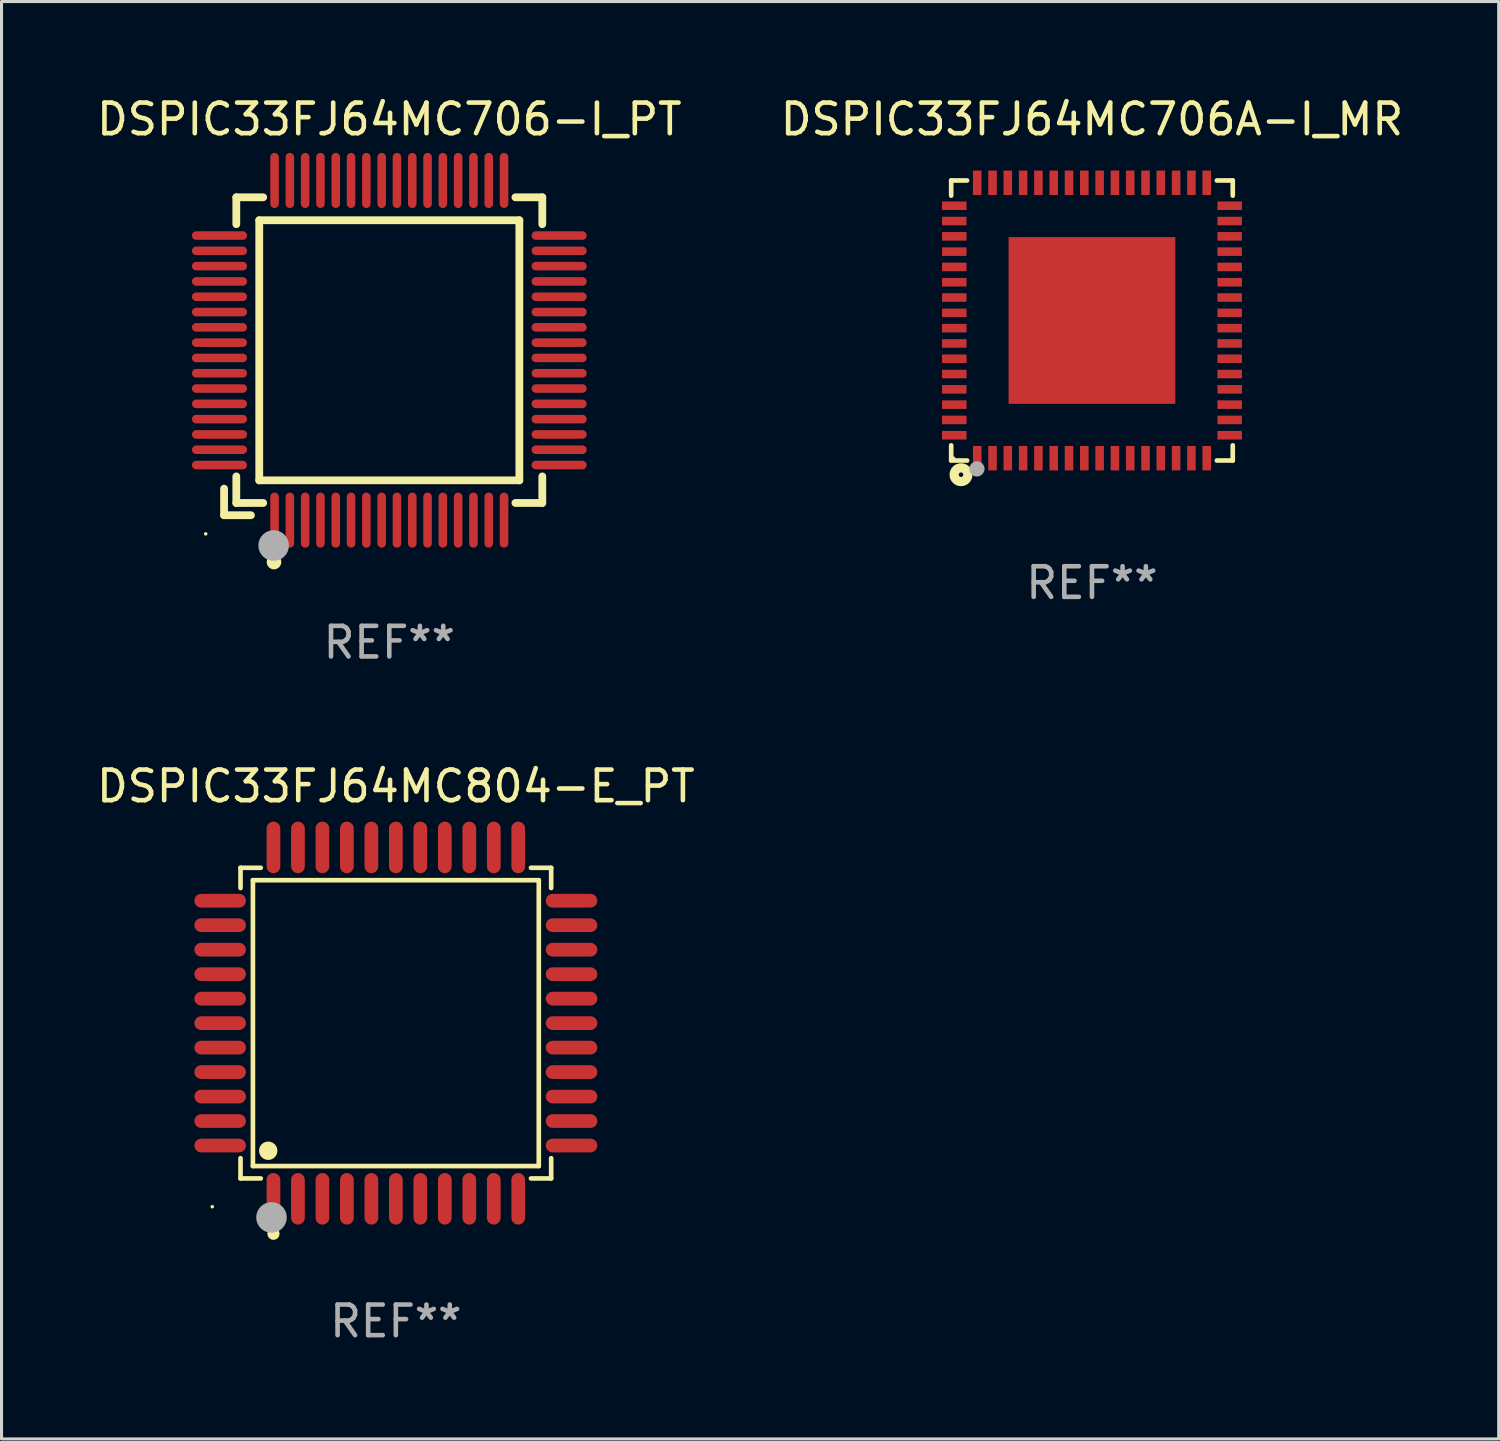
<source format=kicad_pcb>
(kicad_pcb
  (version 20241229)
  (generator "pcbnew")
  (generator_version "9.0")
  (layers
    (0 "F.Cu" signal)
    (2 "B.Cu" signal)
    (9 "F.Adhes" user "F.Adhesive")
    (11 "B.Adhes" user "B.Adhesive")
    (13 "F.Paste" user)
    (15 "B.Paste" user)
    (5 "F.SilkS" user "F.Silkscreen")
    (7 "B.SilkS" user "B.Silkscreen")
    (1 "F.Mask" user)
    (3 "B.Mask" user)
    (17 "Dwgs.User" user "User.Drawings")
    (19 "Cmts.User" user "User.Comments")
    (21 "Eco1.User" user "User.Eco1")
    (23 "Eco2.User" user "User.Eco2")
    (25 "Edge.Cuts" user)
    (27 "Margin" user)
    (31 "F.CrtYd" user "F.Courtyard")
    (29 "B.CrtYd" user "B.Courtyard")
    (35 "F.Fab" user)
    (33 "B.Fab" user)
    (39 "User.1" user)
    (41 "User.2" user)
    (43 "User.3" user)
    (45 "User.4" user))
  (footprint "DSPIC33FJ64MC804-E_PT"
    (layer "F.Cu")
    (at 9.887 30.387)
    (property "Reference" "DSPIC33FJ64MC804-E_PT" (at 0 -7.742 0) (layer "F.SilkS") (effects (font (size 1 1) (thickness 0.15))))
    (attr through_hole)
    (fp_line (start -5.076 -5.076) (end -4.415 -5.076) (stroke (width 0.152) (type solid)) (layer "F.SilkS"))
    (fp_line (start -5.076 -4.415) (end -5.076 -5.076) (stroke (width 0.152) (type solid)) (layer "F.SilkS"))
    (fp_line (start -5.076 4.415) (end -5.076 5.076) (stroke (width 0.152) (type solid)) (layer "F.SilkS"))
    (fp_line (start -5.076 5.076) (end -4.415 5.076) (stroke (width 0.152) (type solid)) (layer "F.SilkS"))
    (fp_line (start -4.671 -4.671) (end 4.671 -4.671) (stroke (width 0.152) (type solid)) (layer "F.SilkS"))
    (fp_line (start -4.671 4.671) (end -4.671 -4.671) (stroke (width 0.152) (type solid)) (layer "F.SilkS"))
    (fp_line (start 4.671 -4.671) (end 4.671 4.671) (stroke (width 0.152) (type solid)) (layer "F.SilkS"))
    (fp_line (start 4.671 4.671) (end -4.671 4.671) (stroke (width 0.152) (type solid)) (layer "F.SilkS"))
    (fp_line (start 5.076 -5.076) (end 4.415 -5.076) (stroke (width 0.152) (type solid)) (layer "F.SilkS"))
    (fp_line (start 5.076 -4.415) (end 5.076 -5.076) (stroke (width 0.152) (type solid)) (layer "F.SilkS"))
    (fp_line (start 5.076 4.415) (end 5.076 5.076) (stroke (width 0.152) (type solid)) (layer "F.SilkS"))
    (fp_line (start 5.076 5.076) (end 4.415 5.076) (stroke (width 0.152) (type solid)) (layer "F.SilkS"))
    (fp_circle (center -6 6) (end -5.97 6) (stroke (width 0.06) (type solid)) (fill no) (layer "F.SilkS"))
    (fp_circle (center -4.171 4.171) (end -4.021 4.171) (stroke (width 0.3) (type solid)) (fill no) (layer "F.SilkS"))
    (fp_circle (center -4 6.884) (end -3.9 6.884) (stroke (width 0.2) (type solid)) (fill no) (layer "F.SilkS"))
    (fp_circle (center -4.064 6.35) (end -3.814 6.35) (stroke (width 0.5) (type solid)) (fill no) (layer "F.Fab"))
    (fp_text user "REF**" (at 0 9.742 0) (layer "F.Fab") (effects (font (size 1 1) (thickness 0.15))))
    (pad "1" smd oval (at -4 5.742) (size 0.448 1.684) (layers "F.Cu" "F.Mask" "F.Paste"))
    (pad "2" smd oval (at -3.2 5.742) (size 0.448 1.684) (layers "F.Cu" "F.Mask" "F.Paste"))
    (pad "3" smd oval (at -2.4 5.742) (size 0.448 1.684) (layers "F.Cu" "F.Mask" "F.Paste"))
    (pad "4" smd oval (at -1.6 5.742) (size 0.448 1.684) (layers "F.Cu" "F.Mask" "F.Paste"))
    (pad "5" smd oval (at -0.8 5.742) (size 0.448 1.684) (layers "F.Cu" "F.Mask" "F.Paste"))
    (pad "6" smd oval (at 0 5.742) (size 0.448 1.684) (layers "F.Cu" "F.Mask" "F.Paste"))
    (pad "7" smd oval (at 0.8 5.742) (size 0.448 1.684) (layers "F.Cu" "F.Mask" "F.Paste"))
    (pad "8" smd oval (at 1.6 5.742) (size 0.448 1.684) (layers "F.Cu" "F.Mask" "F.Paste"))
    (pad "9" smd oval (at 2.4 5.742) (size 0.448 1.684) (layers "F.Cu" "F.Mask" "F.Paste"))
    (pad "10" smd oval (at 3.2 5.742) (size 0.448 1.684) (layers "F.Cu" "F.Mask" "F.Paste"))
    (pad "11" smd oval (at 4 5.742) (size 0.448 1.684) (layers "F.Cu" "F.Mask" "F.Paste"))
    (pad "12" smd oval (at 5.742 4) (size 1.684 0.448) (layers "F.Cu" "F.Mask" "F.Paste"))
    (pad "13" smd oval (at 5.742 3.2) (size 1.684 0.448) (layers "F.Cu" "F.Mask" "F.Paste"))
    (pad "14" smd oval (at 5.742 2.4) (size 1.684 0.448) (layers "F.Cu" "F.Mask" "F.Paste"))
    (pad "15" smd oval (at 5.742 1.6) (size 1.684 0.448) (layers "F.Cu" "F.Mask" "F.Paste"))
    (pad "16" smd oval (at 5.742 0.8) (size 1.684 0.448) (layers "F.Cu" "F.Mask" "F.Paste"))
    (pad "17" smd oval (at 5.742 0) (size 1.684 0.448) (layers "F.Cu" "F.Mask" "F.Paste"))
    (pad "18" smd oval (at 5.742 -0.8) (size 1.684 0.448) (layers "F.Cu" "F.Mask" "F.Paste"))
    (pad "19" smd oval (at 5.742 -1.6) (size 1.684 0.448) (layers "F.Cu" "F.Mask" "F.Paste"))
    (pad "20" smd oval (at 5.742 -2.4) (size 1.684 0.448) (layers "F.Cu" "F.Mask" "F.Paste"))
    (pad "21" smd oval (at 5.742 -3.2) (size 1.684 0.448) (layers "F.Cu" "F.Mask" "F.Paste"))
    (pad "22" smd oval (at 5.742 -4) (size 1.684 0.448) (layers "F.Cu" "F.Mask" "F.Paste"))
    (pad "23" smd oval (at 4 -5.742) (size 0.448 1.684) (layers "F.Cu" "F.Mask" "F.Paste"))
    (pad "24" smd oval (at 3.2 -5.742) (size 0.448 1.684) (layers "F.Cu" "F.Mask" "F.Paste"))
    (pad "25" smd oval (at 2.4 -5.742) (size 0.448 1.684) (layers "F.Cu" "F.Mask" "F.Paste"))
    (pad "26" smd oval (at 1.6 -5.742) (size 0.448 1.684) (layers "F.Cu" "F.Mask" "F.Paste"))
    (pad "27" smd oval (at 0.8 -5.742) (size 0.448 1.684) (layers "F.Cu" "F.Mask" "F.Paste"))
    (pad "28" smd oval (at 0 -5.742) (size 0.448 1.684) (layers "F.Cu" "F.Mask" "F.Paste"))
    (pad "29" smd oval (at -0.8 -5.742) (size 0.448 1.684) (layers "F.Cu" "F.Mask" "F.Paste"))
    (pad "30" smd oval (at -1.6 -5.742) (size 0.448 1.684) (layers "F.Cu" "F.Mask" "F.Paste"))
    (pad "31" smd oval (at -2.4 -5.742) (size 0.448 1.684) (layers "F.Cu" "F.Mask" "F.Paste"))
    (pad "32" smd oval (at -3.2 -5.742) (size 0.448 1.684) (layers "F.Cu" "F.Mask" "F.Paste"))
    (pad "33" smd oval (at -4 -5.742) (size 0.448 1.684) (layers "F.Cu" "F.Mask" "F.Paste"))
    (pad "34" smd oval (at -5.742 -4) (size 1.684 0.448) (layers "F.Cu" "F.Mask" "F.Paste"))
    (pad "35" smd oval (at -5.742 -3.2) (size 1.684 0.448) (layers "F.Cu" "F.Mask" "F.Paste"))
    (pad "36" smd oval (at -5.742 -2.4) (size 1.684 0.448) (layers "F.Cu" "F.Mask" "F.Paste"))
    (pad "37" smd oval (at -5.742 -1.6) (size 1.684 0.448) (layers "F.Cu" "F.Mask" "F.Paste"))
    (pad "38" smd oval (at -5.742 -0.8) (size 1.684 0.448) (layers "F.Cu" "F.Mask" "F.Paste"))
    (pad "39" smd oval (at -5.742 0) (size 1.684 0.448) (layers "F.Cu" "F.Mask" "F.Paste"))
    (pad "40" smd oval (at -5.742 0.8) (size 1.684 0.448) (layers "F.Cu" "F.Mask" "F.Paste"))
    (pad "41" smd oval (at -5.742 1.6) (size 1.684 0.448) (layers "F.Cu" "F.Mask" "F.Paste"))
    (pad "42" smd oval (at -5.742 2.4) (size 1.684 0.448) (layers "F.Cu" "F.Mask" "F.Paste"))
    (pad "43" smd oval (at -5.742 3.2) (size 1.684 0.448) (layers "F.Cu" "F.Mask" "F.Paste"))
    (pad "44" smd oval (at -5.742 4) (size 1.684 0.448) (layers "F.Cu" "F.Mask" "F.Paste")))
  (footprint "DSPIC33FJ64MC706A-I_MR"
    (layer "F.Cu")
    (at 32.637 7.424)
    (property "Reference" "DSPIC33FJ64MC706A-I_MR" (at 0 -6.576 0) (layer "F.SilkS") (effects (font (size 1 1) (thickness 0.15))))
    (attr through_hole)
    (fp_line (start -4.601 -4.576) (end -4.081 -4.576) (stroke (width 0.152) (type solid)) (layer "F.SilkS"))
    (fp_line (start -4.601 -4.081) (end -4.601 -4.576) (stroke (width 0.152) (type solid)) (layer "F.SilkS"))
    (fp_line (start -4.601 4.081) (end -4.601 4.576) (stroke (width 0.152) (type solid)) (layer "F.SilkS"))
    (fp_line (start -4.601 4.576) (end -4.081 4.576) (stroke (width 0.152) (type solid)) (layer "F.SilkS"))
    (fp_line (start 4.601 -4.576) (end 4.081 -4.576) (stroke (width 0.152) (type solid)) (layer "F.SilkS"))
    (fp_line (start 4.601 -4.081) (end 4.601 -4.576) (stroke (width 0.152) (type solid)) (layer "F.SilkS"))
    (fp_line (start 4.601 4.081) (end 4.601 4.576) (stroke (width 0.152) (type solid)) (layer "F.SilkS"))
    (fp_line (start 4.601 4.576) (end 4.081 4.576) (stroke (width 0.152) (type solid)) (layer "F.SilkS"))
    (fp_circle (center -4.525 4.5) (end -4.495 4.5) (stroke (width 0.06) (type solid)) (fill no) (layer "F.SilkS"))
    (fp_circle (center -4.28 5.04) (end -4.205 5.04) (stroke (width 0.3) (type solid)) (fill no) (layer "F.SilkS"))
    (fp_circle (center -3.76 4.85) (end -3.635 4.85) (stroke (width 0.25) (type solid)) (fill no) (layer "F.Fab"))
    (fp_text user "REF**" (at 0 8.576 0) (layer "F.Fab") (effects (font (size 1 1) (thickness 0.15))))
    (pad "1" smd rect (at -3.75 4.5) (size 0.28 0.8) (layers "F.Cu" "F.Mask" "F.Paste"))
    (pad "2" smd rect (at -3.25 4.5) (size 0.28 0.8) (layers "F.Cu" "F.Mask" "F.Paste"))
    (pad "3" smd rect (at -2.75 4.5) (size 0.28 0.8) (layers "F.Cu" "F.Mask" "F.Paste"))
    (pad "4" smd rect (at -2.25 4.5) (size 0.28 0.8) (layers "F.Cu" "F.Mask" "F.Paste"))
    (pad "5" smd rect (at -1.75 4.5) (size 0.28 0.8) (layers "F.Cu" "F.Mask" "F.Paste"))
    (pad "6" smd rect (at -1.25 4.5) (size 0.28 0.8) (layers "F.Cu" "F.Mask" "F.Paste"))
    (pad "7" smd rect (at -0.75 4.5) (size 0.28 0.8) (layers "F.Cu" "F.Mask" "F.Paste"))
    (pad "8" smd rect (at -0.25 4.5) (size 0.28 0.8) (layers "F.Cu" "F.Mask" "F.Paste"))
    (pad "9" smd rect (at 0.25 4.5) (size 0.28 0.8) (layers "F.Cu" "F.Mask" "F.Paste"))
    (pad "10" smd rect (at 0.75 4.5) (size 0.28 0.8) (layers "F.Cu" "F.Mask" "F.Paste"))
    (pad "11" smd rect (at 1.25 4.5) (size 0.28 0.8) (layers "F.Cu" "F.Mask" "F.Paste"))
    (pad "12" smd rect (at 1.75 4.5) (size 0.28 0.8) (layers "F.Cu" "F.Mask" "F.Paste"))
    (pad "13" smd rect (at 2.25 4.5) (size 0.28 0.8) (layers "F.Cu" "F.Mask" "F.Paste"))
    (pad "14" smd rect (at 2.75 4.5) (size 0.28 0.8) (layers "F.Cu" "F.Mask" "F.Paste"))
    (pad "15" smd rect (at 3.25 4.5) (size 0.28 0.8) (layers "F.Cu" "F.Mask" "F.Paste"))
    (pad "16" smd rect (at 3.75 4.5) (size 0.28 0.8) (layers "F.Cu" "F.Mask" "F.Paste"))
    (pad "17" smd rect (at 4.5 3.75) (size 0.8 0.28) (layers "F.Cu" "F.Mask" "F.Paste"))
    (pad "18" smd rect (at 4.5 3.25) (size 0.8 0.28) (layers "F.Cu" "F.Mask" "F.Paste"))
    (pad "19" smd rect (at 4.5 2.75) (size 0.8 0.28) (layers "F.Cu" "F.Mask" "F.Paste"))
    (pad "20" smd rect (at 4.5 2.25) (size 0.8 0.28) (layers "F.Cu" "F.Mask" "F.Paste"))
    (pad "21" smd rect (at 4.5 1.75) (size 0.8 0.28) (layers "F.Cu" "F.Mask" "F.Paste"))
    (pad "22" smd rect (at 4.5 1.25) (size 0.8 0.28) (layers "F.Cu" "F.Mask" "F.Paste"))
    (pad "23" smd rect (at 4.5 0.75) (size 0.8 0.28) (layers "F.Cu" "F.Mask" "F.Paste"))
    (pad "24" smd rect (at 4.5 0.25) (size 0.8 0.28) (layers "F.Cu" "F.Mask" "F.Paste"))
    (pad "25" smd rect (at 4.5 -0.25) (size 0.8 0.28) (layers "F.Cu" "F.Mask" "F.Paste"))
    (pad "26" smd rect (at 4.5 -0.75) (size 0.8 0.28) (layers "F.Cu" "F.Mask" "F.Paste"))
    (pad "27" smd rect (at 4.5 -1.25) (size 0.8 0.28) (layers "F.Cu" "F.Mask" "F.Paste"))
    (pad "28" smd rect (at 4.5 -1.75) (size 0.8 0.28) (layers "F.Cu" "F.Mask" "F.Paste"))
    (pad "29" smd rect (at 4.5 -2.25) (size 0.8 0.28) (layers "F.Cu" "F.Mask" "F.Paste"))
    (pad "30" smd rect (at 4.5 -2.75) (size 0.8 0.28) (layers "F.Cu" "F.Mask" "F.Paste"))
    (pad "31" smd rect (at 4.5 -3.25) (size 0.8 0.28) (layers "F.Cu" "F.Mask" "F.Paste"))
    (pad "32" smd rect (at 4.5 -3.75) (size 0.8 0.28) (layers "F.Cu" "F.Mask" "F.Paste"))
    (pad "33" smd rect (at 3.75 -4.5) (size 0.28 0.8) (layers "F.Cu" "F.Mask" "F.Paste"))
    (pad "34" smd rect (at 3.25 -4.5) (size 0.28 0.8) (layers "F.Cu" "F.Mask" "F.Paste"))
    (pad "35" smd rect (at 2.75 -4.5) (size 0.28 0.8) (layers "F.Cu" "F.Mask" "F.Paste"))
    (pad "36" smd rect (at 2.25 -4.5) (size 0.28 0.8) (layers "F.Cu" "F.Mask" "F.Paste"))
    (pad "37" smd rect (at 1.75 -4.5) (size 0.28 0.8) (layers "F.Cu" "F.Mask" "F.Paste"))
    (pad "38" smd rect (at 1.25 -4.5) (size 0.28 0.8) (layers "F.Cu" "F.Mask" "F.Paste"))
    (pad "39" smd rect (at 0.75 -4.5) (size 0.28 0.8) (layers "F.Cu" "F.Mask" "F.Paste"))
    (pad "40" smd rect (at 0.25 -4.5) (size 0.28 0.8) (layers "F.Cu" "F.Mask" "F.Paste"))
    (pad "41" smd rect (at -0.25 -4.5) (size 0.28 0.8) (layers "F.Cu" "F.Mask" "F.Paste"))
    (pad "42" smd rect (at -0.75 -4.5) (size 0.28 0.8) (layers "F.Cu" "F.Mask" "F.Paste"))
    (pad "43" smd rect (at -1.25 -4.5) (size 0.28 0.8) (layers "F.Cu" "F.Mask" "F.Paste"))
    (pad "44" smd rect (at -1.75 -4.5) (size 0.28 0.8) (layers "F.Cu" "F.Mask" "F.Paste"))
    (pad "45" smd rect (at -2.25 -4.5) (size 0.28 0.8) (layers "F.Cu" "F.Mask" "F.Paste"))
    (pad "46" smd rect (at -2.75 -4.5) (size 0.28 0.8) (layers "F.Cu" "F.Mask" "F.Paste"))
    (pad "47" smd rect (at -3.25 -4.5) (size 0.28 0.8) (layers "F.Cu" "F.Mask" "F.Paste"))
    (pad "48" smd rect (at -3.75 -4.5) (size 0.28 0.8) (layers "F.Cu" "F.Mask" "F.Paste"))
    (pad "49" smd rect (at -4.5 -3.75) (size 0.8 0.28) (layers "F.Cu" "F.Mask" "F.Paste"))
    (pad "50" smd rect (at -4.5 -3.25) (size 0.8 0.28) (layers "F.Cu" "F.Mask" "F.Paste"))
    (pad "51" smd rect (at -4.5 -2.75) (size 0.8 0.28) (layers "F.Cu" "F.Mask" "F.Paste"))
    (pad "52" smd rect (at -4.5 -2.25) (size 0.8 0.28) (layers "F.Cu" "F.Mask" "F.Paste"))
    (pad "53" smd rect (at -4.5 -1.75) (size 0.8 0.28) (layers "F.Cu" "F.Mask" "F.Paste"))
    (pad "54" smd rect (at -4.5 -1.25) (size 0.8 0.28) (layers "F.Cu" "F.Mask" "F.Paste"))
    (pad "55" smd rect (at -4.5 -0.75) (size 0.8 0.28) (layers "F.Cu" "F.Mask" "F.Paste"))
    (pad "56" smd rect (at -4.5 -0.25) (size 0.8 0.28) (layers "F.Cu" "F.Mask" "F.Paste"))
    (pad "57" smd rect (at -4.5 0.25) (size 0.8 0.28) (layers "F.Cu" "F.Mask" "F.Paste"))
    (pad "58" smd rect (at -4.5 0.75) (size 0.8 0.28) (layers "F.Cu" "F.Mask" "F.Paste"))
    (pad "59" smd rect (at -4.5 1.25) (size 0.8 0.28) (layers "F.Cu" "F.Mask" "F.Paste"))
    (pad "60" smd rect (at -4.5 1.75) (size 0.8 0.28) (layers "F.Cu" "F.Mask" "F.Paste"))
    (pad "61" smd rect (at -4.5 2.25) (size 0.8 0.28) (layers "F.Cu" "F.Mask" "F.Paste"))
    (pad "62" smd rect (at -4.5 2.75) (size 0.8 0.28) (layers "F.Cu" "F.Mask" "F.Paste"))
    (pad "63" smd rect (at -4.5 3.25) (size 0.8 0.28) (layers "F.Cu" "F.Mask" "F.Paste"))
    (pad "64" smd rect (at -4.5 3.75) (size 0.8 0.28) (layers "F.Cu" "F.Mask" "F.Paste"))
    (pad "65" smd rect (at 0 0) (size 5.45 5.45) (layers "F.Cu" "F.Mask" "F.Paste")))
  (footprint "DSPIC33FJ64MC706-I_PT"
    (layer "F.Cu")
    (at 9.673 8.398)
    (property "Reference" "DSPIC33FJ64MC706-I_PT" (at 0 -7.55 0) (layer "F.SilkS") (effects (font (size 1 1) (thickness 0.15))))
    (attr through_hole)
    (fp_line (start -5.4 4.521) (end -5.4 5.39) (stroke (width 0.254) (type solid)) (layer "F.SilkS"))
    (fp_line (start -5.4 5.39) (end -4.521 5.39) (stroke (width 0.254) (type solid)) (layer "F.SilkS"))
    (fp_line (start -5 -5) (end -5 -4.121) (stroke (width 0.254) (type solid)) (layer "F.SilkS"))
    (fp_line (start -5 4.121) (end -5 4.99) (stroke (width 0.254) (type solid)) (layer "F.SilkS"))
    (fp_line (start -5 4.99) (end -4.121 4.99) (stroke (width 0.254) (type solid)) (layer "F.SilkS"))
    (fp_line (start -4.25 -4.25) (end -4.25 4.25) (stroke (width 0.254) (type solid)) (layer "F.SilkS"))
    (fp_line (start -4.25 4.25) (end 4.25 4.25) (stroke (width 0.254) (type solid)) (layer "F.SilkS"))
    (fp_line (start -4.121 -5) (end -5 -5) (stroke (width 0.254) (type solid)) (layer "F.SilkS"))
    (fp_line (start 4.121 4.99) (end 5 4.99) (stroke (width 0.254) (type solid)) (layer "F.SilkS"))
    (fp_line (start 4.25 -4.25) (end -4.25 -4.25) (stroke (width 0.254) (type solid)) (layer "F.SilkS"))
    (fp_line (start 4.25 4.25) (end 4.25 -4.25) (stroke (width 0.254) (type solid)) (layer "F.SilkS"))
    (fp_line (start 5 -5) (end 4.121 -5) (stroke (width 0.254) (type solid)) (layer "F.SilkS"))
    (fp_line (start 5 -4.121) (end 5 -5) (stroke (width 0.254) (type solid)) (layer "F.SilkS"))
    (fp_line (start 5 4.99) (end 5 4.121) (stroke (width 0.254) (type solid)) (layer "F.SilkS"))
    (fp_circle (center -6 6) (end -5.97 6) (stroke (width 0.06) (type solid)) (fill no) (layer "F.SilkS"))
    (fp_circle (center -3.77 6.92) (end -3.65 6.92) (stroke (width 0.24) (type solid)) (fill no) (layer "F.SilkS"))
    (fp_circle (center -3.78 6.38) (end -3.53 6.38) (stroke (width 0.5) (type solid)) (fill no) (layer "F.Fab"))
    (fp_text user "REF**" (at 0 9.55 0) (layer "F.Fab") (effects (font (size 1 1) (thickness 0.15))))
    (pad "1" smd oval (at -3.75 5.55) (size 0.28 1.8) (layers "F.Cu" "F.Mask" "F.Paste"))
    (pad "2" smd oval (at -3.25 5.55) (size 0.28 1.8) (layers "F.Cu" "F.Mask" "F.Paste"))
    (pad "3" smd oval (at -2.75 5.55) (size 0.28 1.8) (layers "F.Cu" "F.Mask" "F.Paste"))
    (pad "4" smd oval (at -2.25 5.55) (size 0.28 1.8) (layers "F.Cu" "F.Mask" "F.Paste"))
    (pad "5" smd oval (at -1.75 5.55) (size 0.28 1.8) (layers "F.Cu" "F.Mask" "F.Paste"))
    (pad "6" smd oval (at -1.25 5.55) (size 0.28 1.8) (layers "F.Cu" "F.Mask" "F.Paste"))
    (pad "7" smd oval (at -0.75 5.55) (size 0.28 1.8) (layers "F.Cu" "F.Mask" "F.Paste"))
    (pad "8" smd oval (at -0.25 5.55) (size 0.28 1.8) (layers "F.Cu" "F.Mask" "F.Paste"))
    (pad "9" smd oval (at 0.25 5.55) (size 0.28 1.8) (layers "F.Cu" "F.Mask" "F.Paste"))
    (pad "10" smd oval (at 0.75 5.55) (size 0.28 1.8) (layers "F.Cu" "F.Mask" "F.Paste"))
    (pad "11" smd oval (at 1.25 5.55) (size 0.28 1.8) (layers "F.Cu" "F.Mask" "F.Paste"))
    (pad "12" smd oval (at 1.75 5.55) (size 0.28 1.8) (layers "F.Cu" "F.Mask" "F.Paste"))
    (pad "13" smd oval (at 2.25 5.55) (size 0.28 1.8) (layers "F.Cu" "F.Mask" "F.Paste"))
    (pad "14" smd oval (at 2.75 5.55) (size 0.28 1.8) (layers "F.Cu" "F.Mask" "F.Paste"))
    (pad "15" smd oval (at 3.25 5.55) (size 0.28 1.8) (layers "F.Cu" "F.Mask" "F.Paste"))
    (pad "16" smd oval (at 3.75 5.55) (size 0.28 1.8) (layers "F.Cu" "F.Mask" "F.Paste"))
    (pad "17" smd oval (at 5.55 3.75) (size 1.8 0.28) (layers "F.Cu" "F.Mask" "F.Paste"))
    (pad "18" smd oval (at 5.55 3.25) (size 1.8 0.28) (layers "F.Cu" "F.Mask" "F.Paste"))
    (pad "19" smd oval (at 5.55 2.75) (size 1.8 0.28) (layers "F.Cu" "F.Mask" "F.Paste"))
    (pad "20" smd oval (at 5.55 2.25) (size 1.8 0.28) (layers "F.Cu" "F.Mask" "F.Paste"))
    (pad "21" smd oval (at 5.55 1.75) (size 1.8 0.28) (layers "F.Cu" "F.Mask" "F.Paste"))
    (pad "22" smd oval (at 5.55 1.25) (size 1.8 0.28) (layers "F.Cu" "F.Mask" "F.Paste"))
    (pad "23" smd oval (at 5.55 0.75) (size 1.8 0.28) (layers "F.Cu" "F.Mask" "F.Paste"))
    (pad "24" smd oval (at 5.55 0.25) (size 1.8 0.28) (layers "F.Cu" "F.Mask" "F.Paste"))
    (pad "25" smd oval (at 5.55 -0.25) (size 1.8 0.28) (layers "F.Cu" "F.Mask" "F.Paste"))
    (pad "26" smd oval (at 5.55 -0.75) (size 1.8 0.28) (layers "F.Cu" "F.Mask" "F.Paste"))
    (pad "27" smd oval (at 5.55 -1.25) (size 1.8 0.28) (layers "F.Cu" "F.Mask" "F.Paste"))
    (pad "28" smd oval (at 5.55 -1.75) (size 1.8 0.28) (layers "F.Cu" "F.Mask" "F.Paste"))
    (pad "29" smd oval (at 5.55 -2.25) (size 1.8 0.28) (layers "F.Cu" "F.Mask" "F.Paste"))
    (pad "30" smd oval (at 5.55 -2.75) (size 1.8 0.28) (layers "F.Cu" "F.Mask" "F.Paste"))
    (pad "31" smd oval (at 5.55 -3.25) (size 1.8 0.28) (layers "F.Cu" "F.Mask" "F.Paste"))
    (pad "32" smd oval (at 5.55 -3.75) (size 1.8 0.28) (layers "F.Cu" "F.Mask" "F.Paste"))
    (pad "33" smd oval (at 3.75 -5.55) (size 0.28 1.8) (layers "F.Cu" "F.Mask" "F.Paste"))
    (pad "34" smd oval (at 3.25 -5.55) (size 0.28 1.8) (layers "F.Cu" "F.Mask" "F.Paste"))
    (pad "35" smd oval (at 2.75 -5.55) (size 0.28 1.8) (layers "F.Cu" "F.Mask" "F.Paste"))
    (pad "36" smd oval (at 2.25 -5.55) (size 0.28 1.8) (layers "F.Cu" "F.Mask" "F.Paste"))
    (pad "37" smd oval (at 1.75 -5.55) (size 0.28 1.8) (layers "F.Cu" "F.Mask" "F.Paste"))
    (pad "38" smd oval (at 1.25 -5.55) (size 0.28 1.8) (layers "F.Cu" "F.Mask" "F.Paste"))
    (pad "39" smd oval (at 0.75 -5.55) (size 0.28 1.8) (layers "F.Cu" "F.Mask" "F.Paste"))
    (pad "40" smd oval (at 0.25 -5.55) (size 0.28 1.8) (layers "F.Cu" "F.Mask" "F.Paste"))
    (pad "41" smd oval (at -0.25 -5.55) (size 0.28 1.8) (layers "F.Cu" "F.Mask" "F.Paste"))
    (pad "42" smd oval (at -0.75 -5.55) (size 0.28 1.8) (layers "F.Cu" "F.Mask" "F.Paste"))
    (pad "43" smd oval (at -1.25 -5.55) (size 0.28 1.8) (layers "F.Cu" "F.Mask" "F.Paste"))
    (pad "44" smd oval (at -1.75 -5.55) (size 0.28 1.8) (layers "F.Cu" "F.Mask" "F.Paste"))
    (pad "45" smd oval (at -2.25 -5.55) (size 0.28 1.8) (layers "F.Cu" "F.Mask" "F.Paste"))
    (pad "46" smd oval (at -2.75 -5.55) (size 0.28 1.8) (layers "F.Cu" "F.Mask" "F.Paste"))
    (pad "47" smd oval (at -3.25 -5.55) (size 0.28 1.8) (layers "F.Cu" "F.Mask" "F.Paste"))
    (pad "48" smd oval (at -3.75 -5.55) (size 0.28 1.8) (layers "F.Cu" "F.Mask" "F.Paste"))
    (pad "49" smd oval (at -5.55 -3.75) (size 1.8 0.28) (layers "F.Cu" "F.Mask" "F.Paste"))
    (pad "50" smd oval (at -5.55 -3.25) (size 1.8 0.28) (layers "F.Cu" "F.Mask" "F.Paste"))
    (pad "51" smd oval (at -5.55 -2.75) (size 1.8 0.28) (layers "F.Cu" "F.Mask" "F.Paste"))
    (pad "52" smd oval (at -5.55 -2.25) (size 1.8 0.28) (layers "F.Cu" "F.Mask" "F.Paste"))
    (pad "53" smd oval (at -5.55 -1.75) (size 1.8 0.28) (layers "F.Cu" "F.Mask" "F.Paste"))
    (pad "54" smd oval (at -5.55 -1.25) (size 1.8 0.28) (layers "F.Cu" "F.Mask" "F.Paste"))
    (pad "55" smd oval (at -5.55 -0.75) (size 1.8 0.28) (layers "F.Cu" "F.Mask" "F.Paste"))
    (pad "56" smd oval (at -5.55 -0.25) (size 1.8 0.28) (layers "F.Cu" "F.Mask" "F.Paste"))
    (pad "57" smd oval (at -5.55 0.25) (size 1.8 0.28) (layers "F.Cu" "F.Mask" "F.Paste"))
    (pad "58" smd oval (at -5.55 0.75) (size 1.8 0.28) (layers "F.Cu" "F.Mask" "F.Paste"))
    (pad "59" smd oval (at -5.55 1.25) (size 1.8 0.28) (layers "F.Cu" "F.Mask" "F.Paste"))
    (pad "60" smd oval (at -5.55 1.75) (size 1.8 0.28) (layers "F.Cu" "F.Mask" "F.Paste"))
    (pad "61" smd oval (at -5.55 2.25) (size 1.8 0.28) (layers "F.Cu" "F.Mask" "F.Paste"))
    (pad "62" smd oval (at -5.55 2.75) (size 1.8 0.28) (layers "F.Cu" "F.Mask" "F.Paste"))
    (pad "63" smd oval (at -5.55 3.25) (size 1.8 0.28) (layers "F.Cu" "F.Mask" "F.Paste"))
    (pad "64" smd oval (at -5.55 3.75) (size 1.8 0.28) (layers "F.Cu" "F.Mask" "F.Paste")))
  (gr_rect
    (start -3 -3)
    (end 45.929 43.977)
    (stroke (width 0.1) (type default))
    (fill no)
    (layer "Edge.Cuts")))
</source>
